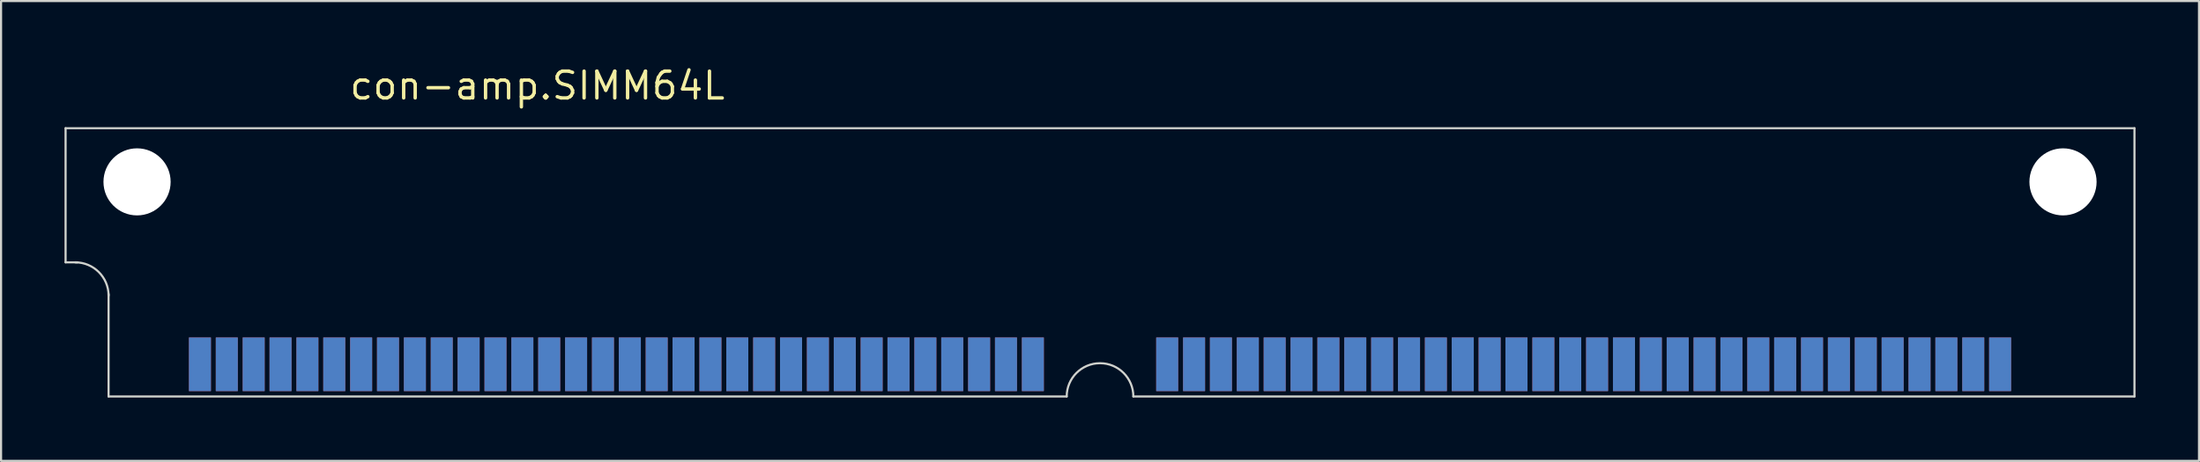
<source format=kicad_pcb>
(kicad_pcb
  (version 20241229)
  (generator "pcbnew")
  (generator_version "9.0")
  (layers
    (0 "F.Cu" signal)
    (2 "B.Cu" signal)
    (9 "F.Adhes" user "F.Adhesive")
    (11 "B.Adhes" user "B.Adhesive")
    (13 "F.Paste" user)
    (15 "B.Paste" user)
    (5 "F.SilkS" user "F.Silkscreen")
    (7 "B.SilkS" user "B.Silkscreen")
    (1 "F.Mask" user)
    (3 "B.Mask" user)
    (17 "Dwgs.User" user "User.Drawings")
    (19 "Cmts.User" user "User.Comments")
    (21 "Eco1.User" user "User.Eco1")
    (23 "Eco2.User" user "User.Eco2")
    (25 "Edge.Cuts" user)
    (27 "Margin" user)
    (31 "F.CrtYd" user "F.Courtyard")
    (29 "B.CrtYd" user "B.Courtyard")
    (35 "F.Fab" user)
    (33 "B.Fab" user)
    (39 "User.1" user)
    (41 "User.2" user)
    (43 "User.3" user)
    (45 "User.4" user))
  (footprint "con-amp.SIMM64L"
    (layer "F.Cu")
    (at 48.945 5.56)
    (property "Reference" "con-amp.SIMM64L" (at -35.56 -3.81 0) (layer "F.SilkS") (effects (font (size 1.27 1.27) (thickness 0.16)) (justify left bottom)))
    (attr smd)
    (fp_line (start -48.895 -2.54) (end 48.895 -2.54) (stroke (width 0.1) (type default)) (layer "Edge.Cuts"))
    (fp_line (start -48.895 3.81) (end -48.895 -2.54) (stroke (width 0.1) (type default)) (layer "Edge.Cuts"))
    (fp_line (start -48.895 3.81) (end -48.336 3.81) (stroke (width 0.1) (type default)) (layer "Edge.Cuts"))
    (fp_line (start -46.863 10.16) (end -46.863 5.309) (stroke (width 0.1) (type default)) (layer "Edge.Cuts"))
    (fp_line (start -1.575 10.16) (end -46.863 10.16) (stroke (width 0.1) (type default)) (layer "Edge.Cuts"))
    (fp_line (start 48.895 -2.54) (end 48.895 10.16) (stroke (width 0.1) (type default)) (layer "Edge.Cuts"))
    (fp_line (start 48.895 10.16) (end 1.575 10.16) (stroke (width 0.1) (type default)) (layer "Edge.Cuts"))
    (fp_arc (start -48.4378 3.81) (mid -47.324248 4.271248) (end -46.863 5.3848) (stroke (width 0.1) (type default)) (layer "Edge.Cuts"))
    (fp_arc (start -1.5748 10.16) (mid 0 8.5852) (end 1.5748 10.16) (stroke (width 0.1) (type default)) (layer "Edge.Cuts"))
    (pad "" np_thru_hole circle (at -45.517 0) (size 3.175 3.175) (drill 3.175) (layers "*.Cu" "*.Mask"))
    (pad "" np_thru_hole circle (at 45.517 0) (size 3.175 3.175) (drill 3.175) (layers "*.Cu" "*.Mask"))
    (pad "1" smd roundrect (at -42.545 8.636) (size 1.041 2.54) (layers "F.Cu" "F.Mask" "F.Paste") (roundrect_rratio 0.01))
    (pad "2" smd roundrect (at -41.275 8.636) (size 1.041 2.54) (layers "F.Cu" "F.Mask" "F.Paste") (roundrect_rratio 0.01))
    (pad "3" smd roundrect (at -40.005 8.636) (size 1.041 2.54) (layers "F.Cu" "F.Mask" "F.Paste") (roundrect_rratio 0.01))
    (pad "4" smd roundrect (at -38.735 8.636) (size 1.041 2.54) (layers "F.Cu" "F.Mask" "F.Paste") (roundrect_rratio 0.01))
    (pad "5" smd roundrect (at -37.465 8.636) (size 1.041 2.54) (layers "F.Cu" "F.Mask" "F.Paste") (roundrect_rratio 0.01))
    (pad "6" smd roundrect (at -36.195 8.636) (size 1.041 2.54) (layers "F.Cu" "F.Mask" "F.Paste") (roundrect_rratio 0.01))
    (pad "7" smd roundrect (at -34.925 8.636) (size 1.041 2.54) (layers "F.Cu" "F.Mask" "F.Paste") (roundrect_rratio 0.01))
    (pad "8" smd roundrect (at -33.655 8.636) (size 1.041 2.54) (layers "F.Cu" "F.Mask" "F.Paste") (roundrect_rratio 0.01))
    (pad "9" smd roundrect (at -32.385 8.636) (size 1.041 2.54) (layers "F.Cu" "F.Mask" "F.Paste") (roundrect_rratio 0.01))
    (pad "10" smd roundrect (at -31.115 8.636) (size 1.041 2.54) (layers "F.Cu" "F.Mask" "F.Paste") (roundrect_rratio 0.01))
    (pad "11" smd roundrect (at -29.845 8.636) (size 1.041 2.54) (layers "F.Cu" "F.Mask" "F.Paste") (roundrect_rratio 0.01))
    (pad "12" smd roundrect (at -28.575 8.636) (size 1.041 2.54) (layers "F.Cu" "F.Mask" "F.Paste") (roundrect_rratio 0.01))
    (pad "13" smd roundrect (at -27.305 8.636) (size 1.041 2.54) (layers "F.Cu" "F.Mask" "F.Paste") (roundrect_rratio 0.01))
    (pad "14" smd roundrect (at -26.035 8.636) (size 1.041 2.54) (layers "F.Cu" "F.Mask" "F.Paste") (roundrect_rratio 0.01))
    (pad "15" smd roundrect (at -24.765 8.636) (size 1.041 2.54) (layers "F.Cu" "F.Mask" "F.Paste") (roundrect_rratio 0.01))
    (pad "16" smd roundrect (at -23.495 8.636) (size 1.041 2.54) (layers "F.Cu" "F.Mask" "F.Paste") (roundrect_rratio 0.01))
    (pad "17" smd roundrect (at -22.225 8.636) (size 1.041 2.54) (layers "F.Cu" "F.Mask" "F.Paste") (roundrect_rratio 0.01))
    (pad "18" smd roundrect (at -20.955 8.636) (size 1.041 2.54) (layers "F.Cu" "F.Mask" "F.Paste") (roundrect_rratio 0.01))
    (pad "19" smd roundrect (at -19.685 8.636) (size 1.041 2.54) (layers "F.Cu" "F.Mask" "F.Paste") (roundrect_rratio 0.01))
    (pad "20" smd roundrect (at -18.415 8.636) (size 1.041 2.54) (layers "F.Cu" "F.Mask" "F.Paste") (roundrect_rratio 0.01))
    (pad "21" smd roundrect (at -17.145 8.636) (size 1.041 2.54) (layers "F.Cu" "F.Mask" "F.Paste") (roundrect_rratio 0.01))
    (pad "22" smd roundrect (at -15.875 8.636) (size 1.041 2.54) (layers "F.Cu" "F.Mask" "F.Paste") (roundrect_rratio 0.01))
    (pad "23" smd roundrect (at -14.605 8.636) (size 1.041 2.54) (layers "F.Cu" "F.Mask" "F.Paste") (roundrect_rratio 0.01))
    (pad "24" smd roundrect (at -13.335 8.636) (size 1.041 2.54) (layers "F.Cu" "F.Mask" "F.Paste") (roundrect_rratio 0.01))
    (pad "25" smd roundrect (at -12.065 8.636) (size 1.041 2.54) (layers "F.Cu" "F.Mask" "F.Paste") (roundrect_rratio 0.01))
    (pad "26" smd roundrect (at -10.795 8.636) (size 1.041 2.54) (layers "F.Cu" "F.Mask" "F.Paste") (roundrect_rratio 0.01))
    (pad "27" smd roundrect (at -9.525 8.636) (size 1.041 2.54) (layers "F.Cu" "F.Mask" "F.Paste") (roundrect_rratio 0.01))
    (pad "28" smd roundrect (at -8.255 8.636) (size 1.041 2.54) (layers "F.Cu" "F.Mask" "F.Paste") (roundrect_rratio 0.01))
    (pad "29" smd roundrect (at -6.985 8.636) (size 1.041 2.54) (layers "F.Cu" "F.Mask" "F.Paste") (roundrect_rratio 0.01))
    (pad "30" smd roundrect (at -5.715 8.636) (size 1.041 2.54) (layers "F.Cu" "F.Mask" "F.Paste") (roundrect_rratio 0.01))
    (pad "31" smd roundrect (at -4.445 8.636) (size 1.041 2.54) (layers "F.Cu" "F.Mask" "F.Paste") (roundrect_rratio 0.01))
    (pad "32" smd roundrect (at -3.175 8.636) (size 1.041 2.54) (layers "F.Cu" "F.Mask" "F.Paste") (roundrect_rratio 0.01))
    (pad "33" smd roundrect (at 3.175 8.636) (size 1.041 2.54) (layers "F.Cu" "F.Mask" "F.Paste") (roundrect_rratio 0.01))
    (pad "34" smd roundrect (at 4.445 8.636) (size 1.041 2.54) (layers "F.Cu" "F.Mask" "F.Paste") (roundrect_rratio 0.01))
    (pad "35" smd roundrect (at 5.715 8.636) (size 1.041 2.54) (layers "F.Cu" "F.Mask" "F.Paste") (roundrect_rratio 0.01))
    (pad "36" smd roundrect (at 6.985 8.636) (size 1.041 2.54) (layers "F.Cu" "F.Mask" "F.Paste") (roundrect_rratio 0.01))
    (pad "37" smd roundrect (at 8.255 8.636) (size 1.041 2.54) (layers "F.Cu" "F.Mask" "F.Paste") (roundrect_rratio 0.01))
    (pad "38" smd roundrect (at 9.525 8.636) (size 1.041 2.54) (layers "F.Cu" "F.Mask" "F.Paste") (roundrect_rratio 0.01))
    (pad "39" smd roundrect (at 10.795 8.636) (size 1.041 2.54) (layers "F.Cu" "F.Mask" "F.Paste") (roundrect_rratio 0.01))
    (pad "40" smd roundrect (at 12.065 8.636) (size 1.041 2.54) (layers "F.Cu" "F.Mask" "F.Paste") (roundrect_rratio 0.01))
    (pad "41" smd roundrect (at 13.335 8.636) (size 1.041 2.54) (layers "F.Cu" "F.Mask" "F.Paste") (roundrect_rratio 0.01))
    (pad "42" smd roundrect (at 14.605 8.636) (size 1.041 2.54) (layers "F.Cu" "F.Mask" "F.Paste") (roundrect_rratio 0.01))
    (pad "43" smd roundrect (at 15.875 8.636) (size 1.041 2.54) (layers "F.Cu" "F.Mask" "F.Paste") (roundrect_rratio 0.01))
    (pad "44" smd roundrect (at 17.145 8.636) (size 1.041 2.54) (layers "F.Cu" "F.Mask" "F.Paste") (roundrect_rratio 0.01))
    (pad "45" smd roundrect (at 18.415 8.636) (size 1.041 2.54) (layers "F.Cu" "F.Mask" "F.Paste") (roundrect_rratio 0.01))
    (pad "46" smd roundrect (at 19.685 8.636) (size 1.041 2.54) (layers "F.Cu" "F.Mask" "F.Paste") (roundrect_rratio 0.01))
    (pad "47" smd roundrect (at 20.955 8.636) (size 1.041 2.54) (layers "F.Cu" "F.Mask" "F.Paste") (roundrect_rratio 0.01))
    (pad "48" smd roundrect (at 22.225 8.636) (size 1.041 2.54) (layers "F.Cu" "F.Mask" "F.Paste") (roundrect_rratio 0.01))
    (pad "49" smd roundrect (at 23.495 8.636) (size 1.041 2.54) (layers "F.Cu" "F.Mask" "F.Paste") (roundrect_rratio 0.01))
    (pad "50" smd roundrect (at 24.765 8.636) (size 1.041 2.54) (layers "F.Cu" "F.Mask" "F.Paste") (roundrect_rratio 0.01))
    (pad "51" smd roundrect (at 26.035 8.636) (size 1.041 2.54) (layers "F.Cu" "F.Mask" "F.Paste") (roundrect_rratio 0.01))
    (pad "52" smd roundrect (at 27.305 8.636) (size 1.041 2.54) (layers "F.Cu" "F.Mask" "F.Paste") (roundrect_rratio 0.01))
    (pad "53" smd roundrect (at 28.575 8.636) (size 1.041 2.54) (layers "F.Cu" "F.Mask" "F.Paste") (roundrect_rratio 0.01))
    (pad "54" smd roundrect (at 29.845 8.636) (size 1.041 2.54) (layers "F.Cu" "F.Mask" "F.Paste") (roundrect_rratio 0.01))
    (pad "55" smd roundrect (at 31.115 8.636) (size 1.041 2.54) (layers "F.Cu" "F.Mask" "F.Paste") (roundrect_rratio 0.01))
    (pad "56" smd roundrect (at 32.385 8.636) (size 1.041 2.54) (layers "F.Cu" "F.Mask" "F.Paste") (roundrect_rratio 0.01))
    (pad "57" smd roundrect (at 33.655 8.636) (size 1.041 2.54) (layers "F.Cu" "F.Mask" "F.Paste") (roundrect_rratio 0.01))
    (pad "58" smd roundrect (at 34.925 8.636) (size 1.041 2.54) (layers "F.Cu" "F.Mask" "F.Paste") (roundrect_rratio 0.01))
    (pad "59" smd roundrect (at 36.195 8.636) (size 1.041 2.54) (layers "F.Cu" "F.Mask" "F.Paste") (roundrect_rratio 0.01))
    (pad "60" smd roundrect (at 37.465 8.636) (size 1.041 2.54) (layers "F.Cu" "F.Mask" "F.Paste") (roundrect_rratio 0.01))
    (pad "61" smd roundrect (at 38.735 8.636) (size 1.041 2.54) (layers "F.Cu" "F.Mask" "F.Paste") (roundrect_rratio 0.01))
    (pad "62" smd roundrect (at 40.005 8.636) (size 1.041 2.54) (layers "F.Cu" "F.Mask" "F.Paste") (roundrect_rratio 0.01))
    (pad "63" smd roundrect (at 41.275 8.636) (size 1.041 2.54) (layers "F.Cu" "F.Mask" "F.Paste") (roundrect_rratio 0.01))
    (pad "64" smd roundrect (at 42.545 8.636) (size 1.041 2.54) (layers "F.Cu" "F.Mask" "F.Paste") (roundrect_rratio 0.01))
    (pad "65" smd roundrect (at -42.545 8.636) (size 1.041 2.54) (layers "B.Cu" "B.Mask" "B.Paste") (roundrect_rratio 0.01))
    (pad "66" smd roundrect (at -41.275 8.636) (size 1.041 2.54) (layers "B.Cu" "B.Mask" "B.Paste") (roundrect_rratio 0.01))
    (pad "67" smd roundrect (at -40.005 8.636) (size 1.041 2.54) (layers "B.Cu" "B.Mask" "B.Paste") (roundrect_rratio 0.01))
    (pad "68" smd roundrect (at -38.735 8.636) (size 1.041 2.54) (layers "B.Cu" "B.Mask" "B.Paste") (roundrect_rratio 0.01))
    (pad "69" smd roundrect (at -37.465 8.636) (size 1.041 2.54) (layers "B.Cu" "B.Mask" "B.Paste") (roundrect_rratio 0.01))
    (pad "70" smd roundrect (at -36.195 8.636) (size 1.041 2.54) (layers "B.Cu" "B.Mask" "B.Paste") (roundrect_rratio 0.01))
    (pad "71" smd roundrect (at -34.925 8.636) (size 1.041 2.54) (layers "B.Cu" "B.Mask" "B.Paste") (roundrect_rratio 0.01))
    (pad "72" smd roundrect (at -33.655 8.636) (size 1.041 2.54) (layers "B.Cu" "B.Mask" "B.Paste") (roundrect_rratio 0.01))
    (pad "73" smd roundrect (at -32.385 8.636) (size 1.041 2.54) (layers "B.Cu" "B.Mask" "B.Paste") (roundrect_rratio 0.01))
    (pad "74" smd roundrect (at -31.115 8.636) (size 1.041 2.54) (layers "B.Cu" "B.Mask" "B.Paste") (roundrect_rratio 0.01))
    (pad "75" smd roundrect (at -29.845 8.636) (size 1.041 2.54) (layers "B.Cu" "B.Mask" "B.Paste") (roundrect_rratio 0.01))
    (pad "76" smd roundrect (at -28.575 8.636) (size 1.041 2.54) (layers "B.Cu" "B.Mask" "B.Paste") (roundrect_rratio 0.01))
    (pad "77" smd roundrect (at -27.305 8.636) (size 1.041 2.54) (layers "B.Cu" "B.Mask" "B.Paste") (roundrect_rratio 0.01))
    (pad "78" smd roundrect (at -26.035 8.636) (size 1.041 2.54) (layers "B.Cu" "B.Mask" "B.Paste") (roundrect_rratio 0.01))
    (pad "79" smd roundrect (at -24.765 8.636) (size 1.041 2.54) (layers "B.Cu" "B.Mask" "B.Paste") (roundrect_rratio 0.01))
    (pad "80" smd roundrect (at -23.495 8.636) (size 1.041 2.54) (layers "B.Cu" "B.Mask" "B.Paste") (roundrect_rratio 0.01))
    (pad "81" smd roundrect (at -22.225 8.636) (size 1.041 2.54) (layers "B.Cu" "B.Mask" "B.Paste") (roundrect_rratio 0.01))
    (pad "82" smd roundrect (at -20.955 8.636) (size 1.041 2.54) (layers "B.Cu" "B.Mask" "B.Paste") (roundrect_rratio 0.01))
    (pad "83" smd roundrect (at -19.685 8.636) (size 1.041 2.54) (layers "B.Cu" "B.Mask" "B.Paste") (roundrect_rratio 0.01))
    (pad "84" smd roundrect (at -18.415 8.636) (size 1.041 2.54) (layers "B.Cu" "B.Mask" "B.Paste") (roundrect_rratio 0.01))
    (pad "85" smd roundrect (at -17.145 8.636) (size 1.041 2.54) (layers "B.Cu" "B.Mask" "B.Paste") (roundrect_rratio 0.01))
    (pad "86" smd roundrect (at -15.875 8.636) (size 1.041 2.54) (layers "B.Cu" "B.Mask" "B.Paste") (roundrect_rratio 0.01))
    (pad "87" smd roundrect (at -14.605 8.636) (size 1.041 2.54) (layers "B.Cu" "B.Mask" "B.Paste") (roundrect_rratio 0.01))
    (pad "88" smd roundrect (at -13.335 8.636) (size 1.041 2.54) (layers "B.Cu" "B.Mask" "B.Paste") (roundrect_rratio 0.01))
    (pad "89" smd roundrect (at -12.065 8.636) (size 1.041 2.54) (layers "B.Cu" "B.Mask" "B.Paste") (roundrect_rratio 0.01))
    (pad "90" smd roundrect (at -10.795 8.636) (size 1.041 2.54) (layers "B.Cu" "B.Mask" "B.Paste") (roundrect_rratio 0.01))
    (pad "91" smd roundrect (at -9.525 8.636) (size 1.041 2.54) (layers "B.Cu" "B.Mask" "B.Paste") (roundrect_rratio 0.01))
    (pad "92" smd roundrect (at -8.255 8.636) (size 1.041 2.54) (layers "B.Cu" "B.Mask" "B.Paste") (roundrect_rratio 0.01))
    (pad "93" smd roundrect (at -6.985 8.636) (size 1.041 2.54) (layers "B.Cu" "B.Mask" "B.Paste") (roundrect_rratio 0.01))
    (pad "94" smd roundrect (at -5.715 8.636) (size 1.041 2.54) (layers "B.Cu" "B.Mask" "B.Paste") (roundrect_rratio 0.01))
    (pad "95" smd roundrect (at -4.445 8.636) (size 1.041 2.54) (layers "B.Cu" "B.Mask" "B.Paste") (roundrect_rratio 0.01))
    (pad "96" smd roundrect (at -3.175 8.636) (size 1.041 2.54) (layers "B.Cu" "B.Mask" "B.Paste") (roundrect_rratio 0.01))
    (pad "97" smd roundrect (at 3.175 8.636) (size 1.041 2.54) (layers "B.Cu" "B.Mask" "B.Paste") (roundrect_rratio 0.01))
    (pad "98" smd roundrect (at 4.445 8.636) (size 1.041 2.54) (layers "B.Cu" "B.Mask" "B.Paste") (roundrect_rratio 0.01))
    (pad "99" smd roundrect (at 5.715 8.636) (size 1.041 2.54) (layers "B.Cu" "B.Mask" "B.Paste") (roundrect_rratio 0.01))
    (pad "100" smd roundrect (at 6.985 8.636) (size 1.041 2.54) (layers "B.Cu" "B.Mask" "B.Paste") (roundrect_rratio 0.01))
    (pad "101" smd roundrect (at 8.255 8.636) (size 1.041 2.54) (layers "B.Cu" "B.Mask" "B.Paste") (roundrect_rratio 0.01))
    (pad "102" smd roundrect (at 9.525 8.636) (size 1.041 2.54) (layers "B.Cu" "B.Mask" "B.Paste") (roundrect_rratio 0.01))
    (pad "103" smd roundrect (at 10.795 8.636) (size 1.041 2.54) (layers "B.Cu" "B.Mask" "B.Paste") (roundrect_rratio 0.01))
    (pad "104" smd roundrect (at 12.065 8.636) (size 1.041 2.54) (layers "B.Cu" "B.Mask" "B.Paste") (roundrect_rratio 0.01))
    (pad "105" smd roundrect (at 13.335 8.636) (size 1.041 2.54) (layers "B.Cu" "B.Mask" "B.Paste") (roundrect_rratio 0.01))
    (pad "106" smd roundrect (at 14.605 8.636) (size 1.041 2.54) (layers "B.Cu" "B.Mask" "B.Paste") (roundrect_rratio 0.01))
    (pad "107" smd roundrect (at 15.875 8.636) (size 1.041 2.54) (layers "B.Cu" "B.Mask" "B.Paste") (roundrect_rratio 0.01))
    (pad "108" smd roundrect (at 17.145 8.636) (size 1.041 2.54) (layers "B.Cu" "B.Mask" "B.Paste") (roundrect_rratio 0.01))
    (pad "109" smd roundrect (at 18.415 8.636) (size 1.041 2.54) (layers "B.Cu" "B.Mask" "B.Paste") (roundrect_rratio 0.01))
    (pad "110" smd roundrect (at 19.685 8.636) (size 1.041 2.54) (layers "B.Cu" "B.Mask" "B.Paste") (roundrect_rratio 0.01))
    (pad "111" smd roundrect (at 20.955 8.636) (size 1.041 2.54) (layers "B.Cu" "B.Mask" "B.Paste") (roundrect_rratio 0.01))
    (pad "112" smd roundrect (at 22.225 8.636) (size 1.041 2.54) (layers "B.Cu" "B.Mask" "B.Paste") (roundrect_rratio 0.01))
    (pad "113" smd roundrect (at 23.495 8.636) (size 1.041 2.54) (layers "B.Cu" "B.Mask" "B.Paste") (roundrect_rratio 0.01))
    (pad "114" smd roundrect (at 24.765 8.636) (size 1.041 2.54) (layers "B.Cu" "B.Mask" "B.Paste") (roundrect_rratio 0.01))
    (pad "115" smd roundrect (at 26.035 8.636) (size 1.041 2.54) (layers "B.Cu" "B.Mask" "B.Paste") (roundrect_rratio 0.01))
    (pad "116" smd roundrect (at 27.305 8.636) (size 1.041 2.54) (layers "B.Cu" "B.Mask" "B.Paste") (roundrect_rratio 0.01))
    (pad "117" smd roundrect (at 28.575 8.636) (size 1.041 2.54) (layers "B.Cu" "B.Mask" "B.Paste") (roundrect_rratio 0.01))
    (pad "118" smd roundrect (at 29.845 8.636) (size 1.041 2.54) (layers "B.Cu" "B.Mask" "B.Paste") (roundrect_rratio 0.01))
    (pad "119" smd roundrect (at 31.115 8.636) (size 1.041 2.54) (layers "B.Cu" "B.Mask" "B.Paste") (roundrect_rratio 0.01))
    (pad "120" smd roundrect (at 32.385 8.636) (size 1.041 2.54) (layers "B.Cu" "B.Mask" "B.Paste") (roundrect_rratio 0.01))
    (pad "121" smd roundrect (at 33.655 8.636) (size 1.041 2.54) (layers "B.Cu" "B.Mask" "B.Paste") (roundrect_rratio 0.01))
    (pad "122" smd roundrect (at 34.925 8.636) (size 1.041 2.54) (layers "B.Cu" "B.Mask" "B.Paste") (roundrect_rratio 0.01))
    (pad "123" smd roundrect (at 36.195 8.636) (size 1.041 2.54) (layers "B.Cu" "B.Mask" "B.Paste") (roundrect_rratio 0.01))
    (pad "124" smd roundrect (at 37.465 8.636) (size 1.041 2.54) (layers "B.Cu" "B.Mask" "B.Paste") (roundrect_rratio 0.01))
    (pad "125" smd roundrect (at 38.735 8.636) (size 1.041 2.54) (layers "B.Cu" "B.Mask" "B.Paste") (roundrect_rratio 0.01))
    (pad "126" smd roundrect (at 40.005 8.636) (size 1.041 2.54) (layers "B.Cu" "B.Mask" "B.Paste") (roundrect_rratio 0.01))
    (pad "127" smd roundrect (at 41.275 8.636) (size 1.041 2.54) (layers "B.Cu" "B.Mask" "B.Paste") (roundrect_rratio 0.01))
    (pad "128" smd roundrect (at 42.545 8.636) (size 1.041 2.54) (layers "B.Cu" "B.Mask" "B.Paste") (roundrect_rratio 0.01)))
  (gr_rect
    (start -3 -3)
    (end 100.89 18.77)
    (stroke (width 0.1) (type default))
    (fill no)
    (layer "Edge.Cuts")))
</source>
